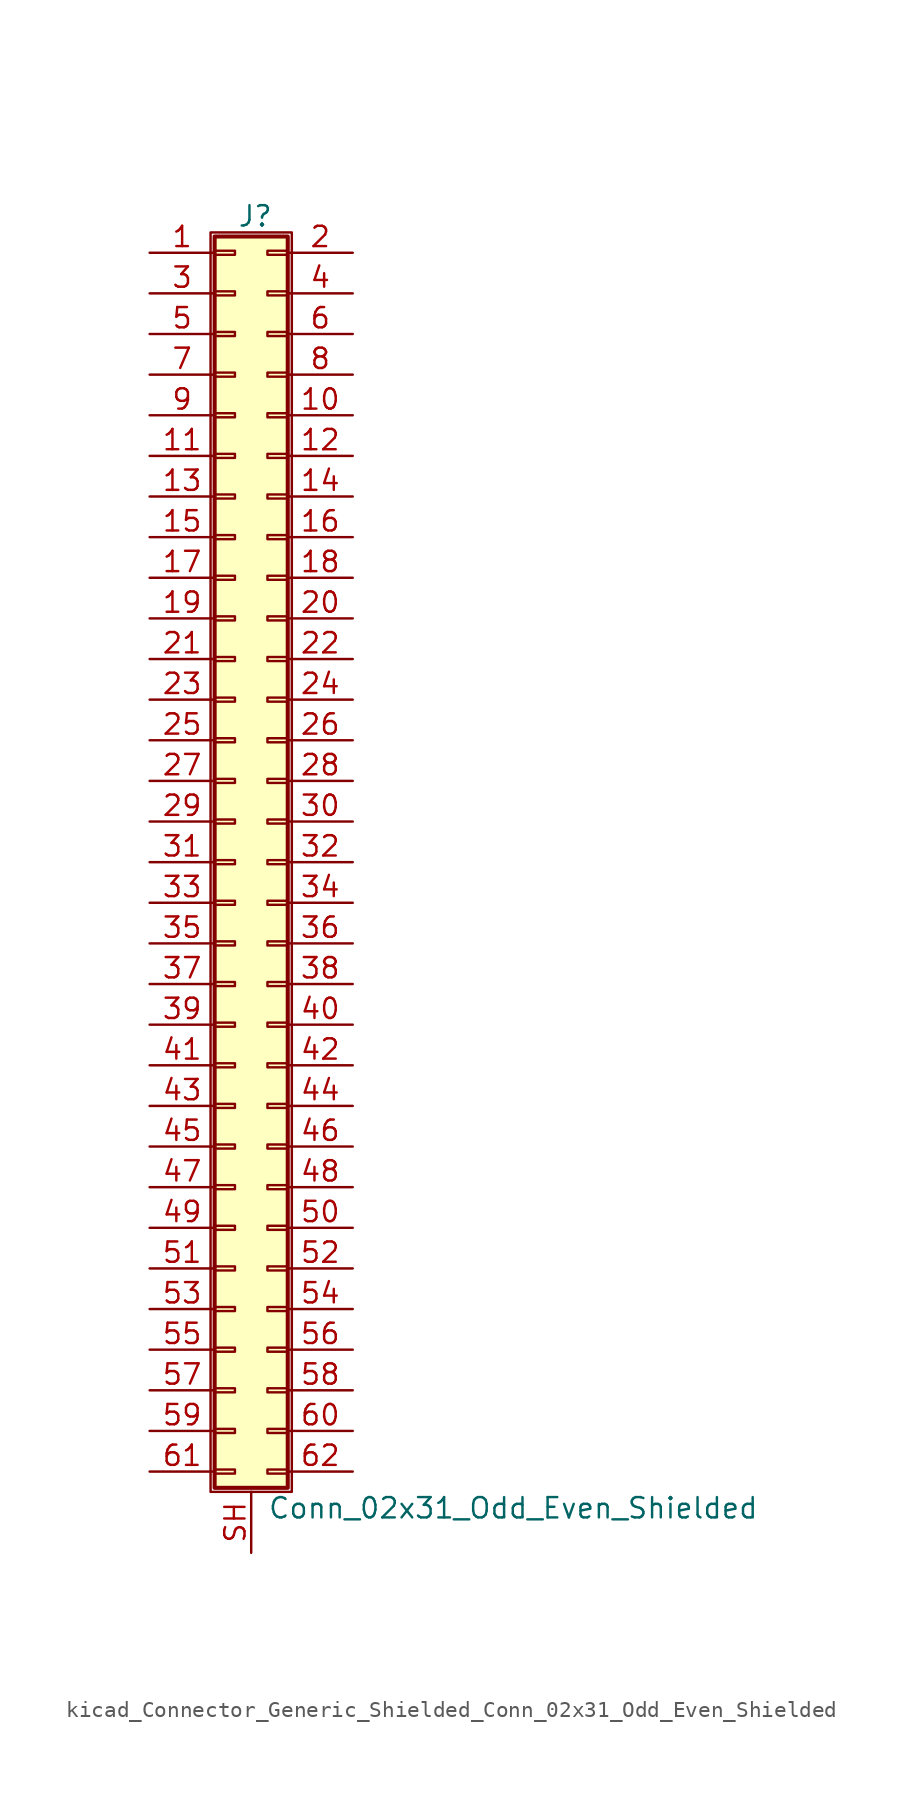
<source format=kicad_sym>
(kicad_symbol_lib
  (version 20220914)
  (generator kicad_symbol_editor)
  (symbol "kicad_Connector_Generic_Shielded_Conn_02x31_Odd_Even_Shielded"
    (pin_names
      (offset 1.016) hide)
    (property "Reference" "J"
      (at 1.524 40.386 0)
      (effects (font (size 1.27 1.27))))
    (property "Value" "Conn_02x31_Odd_Even_Shielded"
      (at 2.286 -40.386 0)
      (effects (font (size 1.27 1.27)) (justify left)))
    (symbol "kicad_Connector_Generic_Shielded_Conn_02x31_Odd_Even_Shielded_1_1"
      (rectangle (start -1.27 39.37) (end 3.81 -39.37) (stroke (width 0.152) (type default)) (fill (type none)))
      (rectangle (start -1.016 -37.973) (end 0.254 -38.227) (stroke (width 0.152) (type default)) (fill (type none)))
      (rectangle (start -1.016 -35.433) (end 0.254 -35.687) (stroke (width 0.152) (type default)) (fill (type none)))
      (rectangle (start -1.016 -32.893) (end 0.254 -33.147) (stroke (width 0.152) (type default)) (fill (type none)))
      (rectangle (start -1.016 -30.353) (end 0.254 -30.607) (stroke (width 0.152) (type default)) (fill (type none)))
      (rectangle (start -1.016 -27.813) (end 0.254 -28.067) (stroke (width 0.152) (type default)) (fill (type none)))
      (rectangle (start -1.016 -25.273) (end 0.254 -25.527) (stroke (width 0.152) (type default)) (fill (type none)))
      (rectangle (start -1.016 -22.733) (end 0.254 -22.987) (stroke (width 0.152) (type default)) (fill (type none)))
      (rectangle (start -1.016 -20.193) (end 0.254 -20.447) (stroke (width 0.152) (type default)) (fill (type none)))
      (rectangle (start -1.016 -17.653) (end 0.254 -17.907) (stroke (width 0.152) (type default)) (fill (type none)))
      (rectangle (start -1.016 -15.113) (end 0.254 -15.367) (stroke (width 0.152) (type default)) (fill (type none)))
      (rectangle (start -1.016 -12.573) (end 0.254 -12.827) (stroke (width 0.152) (type default)) (fill (type none)))
      (rectangle (start -1.016 -10.033) (end 0.254 -10.287) (stroke (width 0.152) (type default)) (fill (type none)))
      (rectangle (start -1.016 -7.493) (end 0.254 -7.747) (stroke (width 0.152) (type default)) (fill (type none)))
      (rectangle (start -1.016 -4.953) (end 0.254 -5.207) (stroke (width 0.152) (type default)) (fill (type none)))
      (rectangle (start -1.016 -2.413) (end 0.254 -2.667) (stroke (width 0.152) (type default)) (fill (type none)))
      (rectangle (start -1.016 0.127) (end 0.254 -0.127) (stroke (width 0.152) (type default)) (fill (type none)))
      (rectangle (start -1.016 2.667) (end 0.254 2.413) (stroke (width 0.152) (type default)) (fill (type none)))
      (rectangle (start -1.016 5.207) (end 0.254 4.953) (stroke (width 0.152) (type default)) (fill (type none)))
      (rectangle (start -1.016 7.747) (end 0.254 7.493) (stroke (width 0.152) (type default)) (fill (type none)))
      (rectangle (start -1.016 10.287) (end 0.254 10.033) (stroke (width 0.152) (type default)) (fill (type none)))
      (rectangle (start -1.016 12.827) (end 0.254 12.573) (stroke (width 0.152) (type default)) (fill (type none)))
      (rectangle (start -1.016 15.367) (end 0.254 15.113) (stroke (width 0.152) (type default)) (fill (type none)))
      (rectangle (start -1.016 17.907) (end 0.254 17.653) (stroke (width 0.152) (type default)) (fill (type none)))
      (rectangle (start -1.016 20.447) (end 0.254 20.193) (stroke (width 0.152) (type default)) (fill (type none)))
      (rectangle (start -1.016 22.987) (end 0.254 22.733) (stroke (width 0.152) (type default)) (fill (type none)))
      (rectangle (start -1.016 25.527) (end 0.254 25.273) (stroke (width 0.152) (type default)) (fill (type none)))
      (rectangle (start -1.016 28.067) (end 0.254 27.813) (stroke (width 0.152) (type default)) (fill (type none)))
      (rectangle (start -1.016 30.607) (end 0.254 30.353) (stroke (width 0.152) (type default)) (fill (type none)))
      (rectangle (start -1.016 33.147) (end 0.254 32.893) (stroke (width 0.152) (type default)) (fill (type none)))
      (rectangle (start -1.016 35.687) (end 0.254 35.433) (stroke (width 0.152) (type default)) (fill (type none)))
      (rectangle (start -1.016 38.227) (end 0.254 37.973) (stroke (width 0.152) (type default)) (fill (type none)))
      (rectangle (start -1.016 39.116) (end 3.556 -39.116) (stroke (width 0.254) (type default)) (fill (type background)))
      (rectangle (start 3.556 -37.973) (end 2.286 -38.227) (stroke (width 0.152) (type default)) (fill (type none)))
      (rectangle (start 3.556 -35.433) (end 2.286 -35.687) (stroke (width 0.152) (type default)) (fill (type none)))
      (rectangle (start 3.556 -32.893) (end 2.286 -33.147) (stroke (width 0.152) (type default)) (fill (type none)))
      (rectangle (start 3.556 -30.353) (end 2.286 -30.607) (stroke (width 0.152) (type default)) (fill (type none)))
      (rectangle (start 3.556 -27.813) (end 2.286 -28.067) (stroke (width 0.152) (type default)) (fill (type none)))
      (rectangle (start 3.556 -25.273) (end 2.286 -25.527) (stroke (width 0.152) (type default)) (fill (type none)))
      (rectangle (start 3.556 -22.733) (end 2.286 -22.987) (stroke (width 0.152) (type default)) (fill (type none)))
      (rectangle (start 3.556 -20.193) (end 2.286 -20.447) (stroke (width 0.152) (type default)) (fill (type none)))
      (rectangle (start 3.556 -17.653) (end 2.286 -17.907) (stroke (width 0.152) (type default)) (fill (type none)))
      (rectangle (start 3.556 -15.113) (end 2.286 -15.367) (stroke (width 0.152) (type default)) (fill (type none)))
      (rectangle (start 3.556 -12.573) (end 2.286 -12.827) (stroke (width 0.152) (type default)) (fill (type none)))
      (rectangle (start 3.556 -10.033) (end 2.286 -10.287) (stroke (width 0.152) (type default)) (fill (type none)))
      (rectangle (start 3.556 -7.493) (end 2.286 -7.747) (stroke (width 0.152) (type default)) (fill (type none)))
      (rectangle (start 3.556 -4.953) (end 2.286 -5.207) (stroke (width 0.152) (type default)) (fill (type none)))
      (rectangle (start 3.556 -2.413) (end 2.286 -2.667) (stroke (width 0.152) (type default)) (fill (type none)))
      (rectangle (start 3.556 0.127) (end 2.286 -0.127) (stroke (width 0.152) (type default)) (fill (type none)))
      (rectangle (start 3.556 2.667) (end 2.286 2.413) (stroke (width 0.152) (type default)) (fill (type none)))
      (rectangle (start 3.556 5.207) (end 2.286 4.953) (stroke (width 0.152) (type default)) (fill (type none)))
      (rectangle (start 3.556 7.747) (end 2.286 7.493) (stroke (width 0.152) (type default)) (fill (type none)))
      (rectangle (start 3.556 10.287) (end 2.286 10.033) (stroke (width 0.152) (type default)) (fill (type none)))
      (rectangle (start 3.556 12.827) (end 2.286 12.573) (stroke (width 0.152) (type default)) (fill (type none)))
      (rectangle (start 3.556 15.367) (end 2.286 15.113) (stroke (width 0.152) (type default)) (fill (type none)))
      (rectangle (start 3.556 17.907) (end 2.286 17.653) (stroke (width 0.152) (type default)) (fill (type none)))
      (rectangle (start 3.556 20.447) (end 2.286 20.193) (stroke (width 0.152) (type default)) (fill (type none)))
      (rectangle (start 3.556 22.987) (end 2.286 22.733) (stroke (width 0.152) (type default)) (fill (type none)))
      (rectangle (start 3.556 25.527) (end 2.286 25.273) (stroke (width 0.152) (type default)) (fill (type none)))
      (rectangle (start 3.556 28.067) (end 2.286 27.813) (stroke (width 0.152) (type default)) (fill (type none)))
      (rectangle (start 3.556 30.607) (end 2.286 30.353) (stroke (width 0.152) (type default)) (fill (type none)))
      (rectangle (start 3.556 33.147) (end 2.286 32.893) (stroke (width 0.152) (type default)) (fill (type none)))
      (rectangle (start 3.556 35.687) (end 2.286 35.433) (stroke (width 0.152) (type default)) (fill (type none)))
      (rectangle (start 3.556 38.227) (end 2.286 37.973) (stroke (width 0.152) (type default)) (fill (type none)))
      (pin passive line (at -5.08 38.1 0) (length 4.064) (name "Pin_1" (effects (font (size 1.27 1.27)))) (number "1" (effects (font (size 1.27 1.27)))))
      (pin passive line (at 7.62 27.94 180) (length 4.064) (name "Pin_10" (effects (font (size 1.27 1.27)))) (number "10" (effects (font (size 1.27 1.27)))))
      (pin passive line (at -5.08 25.4 0) (length 4.064) (name "Pin_11" (effects (font (size 1.27 1.27)))) (number "11" (effects (font (size 1.27 1.27)))))
      (pin passive line (at 7.62 25.4 180) (length 4.064) (name "Pin_12" (effects (font (size 1.27 1.27)))) (number "12" (effects (font (size 1.27 1.27)))))
      (pin passive line (at -5.08 22.86 0) (length 4.064) (name "Pin_13" (effects (font (size 1.27 1.27)))) (number "13" (effects (font (size 1.27 1.27)))))
      (pin passive line (at 7.62 22.86 180) (length 4.064) (name "Pin_14" (effects (font (size 1.27 1.27)))) (number "14" (effects (font (size 1.27 1.27)))))
      (pin passive line (at -5.08 20.32 0) (length 4.064) (name "Pin_15" (effects (font (size 1.27 1.27)))) (number "15" (effects (font (size 1.27 1.27)))))
      (pin passive line (at 7.62 20.32 180) (length 4.064) (name "Pin_16" (effects (font (size 1.27 1.27)))) (number "16" (effects (font (size 1.27 1.27)))))
      (pin passive line (at -5.08 17.78 0) (length 4.064) (name "Pin_17" (effects (font (size 1.27 1.27)))) (number "17" (effects (font (size 1.27 1.27)))))
      (pin passive line (at 7.62 17.78 180) (length 4.064) (name "Pin_18" (effects (font (size 1.27 1.27)))) (number "18" (effects (font (size 1.27 1.27)))))
      (pin passive line (at -5.08 15.24 0) (length 4.064) (name "Pin_19" (effects (font (size 1.27 1.27)))) (number "19" (effects (font (size 1.27 1.27)))))
      (pin passive line (at 7.62 38.1 180) (length 4.064) (name "Pin_2" (effects (font (size 1.27 1.27)))) (number "2" (effects (font (size 1.27 1.27)))))
      (pin passive line (at 7.62 15.24 180) (length 4.064) (name "Pin_20" (effects (font (size 1.27 1.27)))) (number "20" (effects (font (size 1.27 1.27)))))
      (pin passive line (at -5.08 12.7 0) (length 4.064) (name "Pin_21" (effects (font (size 1.27 1.27)))) (number "21" (effects (font (size 1.27 1.27)))))
      (pin passive line (at 7.62 12.7 180) (length 4.064) (name "Pin_22" (effects (font (size 1.27 1.27)))) (number "22" (effects (font (size 1.27 1.27)))))
      (pin passive line (at -5.08 10.16 0) (length 4.064) (name "Pin_23" (effects (font (size 1.27 1.27)))) (number "23" (effects (font (size 1.27 1.27)))))
      (pin passive line (at 7.62 10.16 180) (length 4.064) (name "Pin_24" (effects (font (size 1.27 1.27)))) (number "24" (effects (font (size 1.27 1.27)))))
      (pin passive line (at -5.08 7.62 0) (length 4.064) (name "Pin_25" (effects (font (size 1.27 1.27)))) (number "25" (effects (font (size 1.27 1.27)))))
      (pin passive line (at 7.62 7.62 180) (length 4.064) (name "Pin_26" (effects (font (size 1.27 1.27)))) (number "26" (effects (font (size 1.27 1.27)))))
      (pin passive line (at -5.08 5.08 0) (length 4.064) (name "Pin_27" (effects (font (size 1.27 1.27)))) (number "27" (effects (font (size 1.27 1.27)))))
      (pin passive line (at 7.62 5.08 180) (length 4.064) (name "Pin_28" (effects (font (size 1.27 1.27)))) (number "28" (effects (font (size 1.27 1.27)))))
      (pin passive line (at -5.08 2.54 0) (length 4.064) (name "Pin_29" (effects (font (size 1.27 1.27)))) (number "29" (effects (font (size 1.27 1.27)))))
      (pin passive line (at -5.08 35.56 0) (length 4.064) (name "Pin_3" (effects (font (size 1.27 1.27)))) (number "3" (effects (font (size 1.27 1.27)))))
      (pin passive line (at 7.62 2.54 180) (length 4.064) (name "Pin_30" (effects (font (size 1.27 1.27)))) (number "30" (effects (font (size 1.27 1.27)))))
      (pin passive line (at -5.08 0 0) (length 4.064) (name "Pin_31" (effects (font (size 1.27 1.27)))) (number "31" (effects (font (size 1.27 1.27)))))
      (pin passive line (at 7.62 0 180) (length 4.064) (name "Pin_32" (effects (font (size 1.27 1.27)))) (number "32" (effects (font (size 1.27 1.27)))))
      (pin passive line (at -5.08 -2.54 0) (length 4.064) (name "Pin_33" (effects (font (size 1.27 1.27)))) (number "33" (effects (font (size 1.27 1.27)))))
      (pin passive line (at 7.62 -2.54 180) (length 4.064) (name "Pin_34" (effects (font (size 1.27 1.27)))) (number "34" (effects (font (size 1.27 1.27)))))
      (pin passive line (at -5.08 -5.08 0) (length 4.064) (name "Pin_35" (effects (font (size 1.27 1.27)))) (number "35" (effects (font (size 1.27 1.27)))))
      (pin passive line (at 7.62 -5.08 180) (length 4.064) (name "Pin_36" (effects (font (size 1.27 1.27)))) (number "36" (effects (font (size 1.27 1.27)))))
      (pin passive line (at -5.08 -7.62 0) (length 4.064) (name "Pin_37" (effects (font (size 1.27 1.27)))) (number "37" (effects (font (size 1.27 1.27)))))
      (pin passive line (at 7.62 -7.62 180) (length 4.064) (name "Pin_38" (effects (font (size 1.27 1.27)))) (number "38" (effects (font (size 1.27 1.27)))))
      (pin passive line (at -5.08 -10.16 0) (length 4.064) (name "Pin_39" (effects (font (size 1.27 1.27)))) (number "39" (effects (font (size 1.27 1.27)))))
      (pin passive line (at 7.62 35.56 180) (length 4.064) (name "Pin_4" (effects (font (size 1.27 1.27)))) (number "4" (effects (font (size 1.27 1.27)))))
      (pin passive line (at 7.62 -10.16 180) (length 4.064) (name "Pin_40" (effects (font (size 1.27 1.27)))) (number "40" (effects (font (size 1.27 1.27)))))
      (pin passive line (at -5.08 -12.7 0) (length 4.064) (name "Pin_41" (effects (font (size 1.27 1.27)))) (number "41" (effects (font (size 1.27 1.27)))))
      (pin passive line (at 7.62 -12.7 180) (length 4.064) (name "Pin_42" (effects (font (size 1.27 1.27)))) (number "42" (effects (font (size 1.27 1.27)))))
      (pin passive line (at -5.08 -15.24 0) (length 4.064) (name "Pin_43" (effects (font (size 1.27 1.27)))) (number "43" (effects (font (size 1.27 1.27)))))
      (pin passive line (at 7.62 -15.24 180) (length 4.064) (name "Pin_44" (effects (font (size 1.27 1.27)))) (number "44" (effects (font (size 1.27 1.27)))))
      (pin passive line (at -5.08 -17.78 0) (length 4.064) (name "Pin_45" (effects (font (size 1.27 1.27)))) (number "45" (effects (font (size 1.27 1.27)))))
      (pin passive line (at 7.62 -17.78 180) (length 4.064) (name "Pin_46" (effects (font (size 1.27 1.27)))) (number "46" (effects (font (size 1.27 1.27)))))
      (pin passive line (at -5.08 -20.32 0) (length 4.064) (name "Pin_47" (effects (font (size 1.27 1.27)))) (number "47" (effects (font (size 1.27 1.27)))))
      (pin passive line (at 7.62 -20.32 180) (length 4.064) (name "Pin_48" (effects (font (size 1.27 1.27)))) (number "48" (effects (font (size 1.27 1.27)))))
      (pin passive line (at -5.08 -22.86 0) (length 4.064) (name "Pin_49" (effects (font (size 1.27 1.27)))) (number "49" (effects (font (size 1.27 1.27)))))
      (pin passive line (at -5.08 33.02 0) (length 4.064) (name "Pin_5" (effects (font (size 1.27 1.27)))) (number "5" (effects (font (size 1.27 1.27)))))
      (pin passive line (at 7.62 -22.86 180) (length 4.064) (name "Pin_50" (effects (font (size 1.27 1.27)))) (number "50" (effects (font (size 1.27 1.27)))))
      (pin passive line (at -5.08 -25.4 0) (length 4.064) (name "Pin_51" (effects (font (size 1.27 1.27)))) (number "51" (effects (font (size 1.27 1.27)))))
      (pin passive line (at 7.62 -25.4 180) (length 4.064) (name "Pin_52" (effects (font (size 1.27 1.27)))) (number "52" (effects (font (size 1.27 1.27)))))
      (pin passive line (at -5.08 -27.94 0) (length 4.064) (name "Pin_53" (effects (font (size 1.27 1.27)))) (number "53" (effects (font (size 1.27 1.27)))))
      (pin passive line (at 7.62 -27.94 180) (length 4.064) (name "Pin_54" (effects (font (size 1.27 1.27)))) (number "54" (effects (font (size 1.27 1.27)))))
      (pin passive line (at -5.08 -30.48 0) (length 4.064) (name "Pin_55" (effects (font (size 1.27 1.27)))) (number "55" (effects (font (size 1.27 1.27)))))
      (pin passive line (at 7.62 -30.48 180) (length 4.064) (name "Pin_56" (effects (font (size 1.27 1.27)))) (number "56" (effects (font (size 1.27 1.27)))))
      (pin passive line (at -5.08 -33.02 0) (length 4.064) (name "Pin_57" (effects (font (size 1.27 1.27)))) (number "57" (effects (font (size 1.27 1.27)))))
      (pin passive line (at 7.62 -33.02 180) (length 4.064) (name "Pin_58" (effects (font (size 1.27 1.27)))) (number "58" (effects (font (size 1.27 1.27)))))
      (pin passive line (at -5.08 -35.56 0) (length 4.064) (name "Pin_59" (effects (font (size 1.27 1.27)))) (number "59" (effects (font (size 1.27 1.27)))))
      (pin passive line (at 7.62 33.02 180) (length 4.064) (name "Pin_6" (effects (font (size 1.27 1.27)))) (number "6" (effects (font (size 1.27 1.27)))))
      (pin passive line (at 7.62 -35.56 180) (length 4.064) (name "Pin_60" (effects (font (size 1.27 1.27)))) (number "60" (effects (font (size 1.27 1.27)))))
      (pin passive line (at -5.08 -38.1 0) (length 4.064) (name "Pin_61" (effects (font (size 1.27 1.27)))) (number "61" (effects (font (size 1.27 1.27)))))
      (pin passive line (at 7.62 -38.1 180) (length 4.064) (name "Pin_62" (effects (font (size 1.27 1.27)))) (number "62" (effects (font (size 1.27 1.27)))))
      (pin passive line (at -5.08 30.48 0) (length 4.064) (name "Pin_7" (effects (font (size 1.27 1.27)))) (number "7" (effects (font (size 1.27 1.27)))))
      (pin passive line (at 7.62 30.48 180) (length 4.064) (name "Pin_8" (effects (font (size 1.27 1.27)))) (number "8" (effects (font (size 1.27 1.27)))))
      (pin passive line (at -5.08 27.94 0) (length 4.064) (name "Pin_9" (effects (font (size 1.27 1.27)))) (number "9" (effects (font (size 1.27 1.27)))))
      (pin passive line (at 1.27 -43.18 90) (length 3.81) (name "Shield" (effects (font (size 1.27 1.27)))) (number "SH" (effects (font (size 1.27 1.27))))))))
</source>
